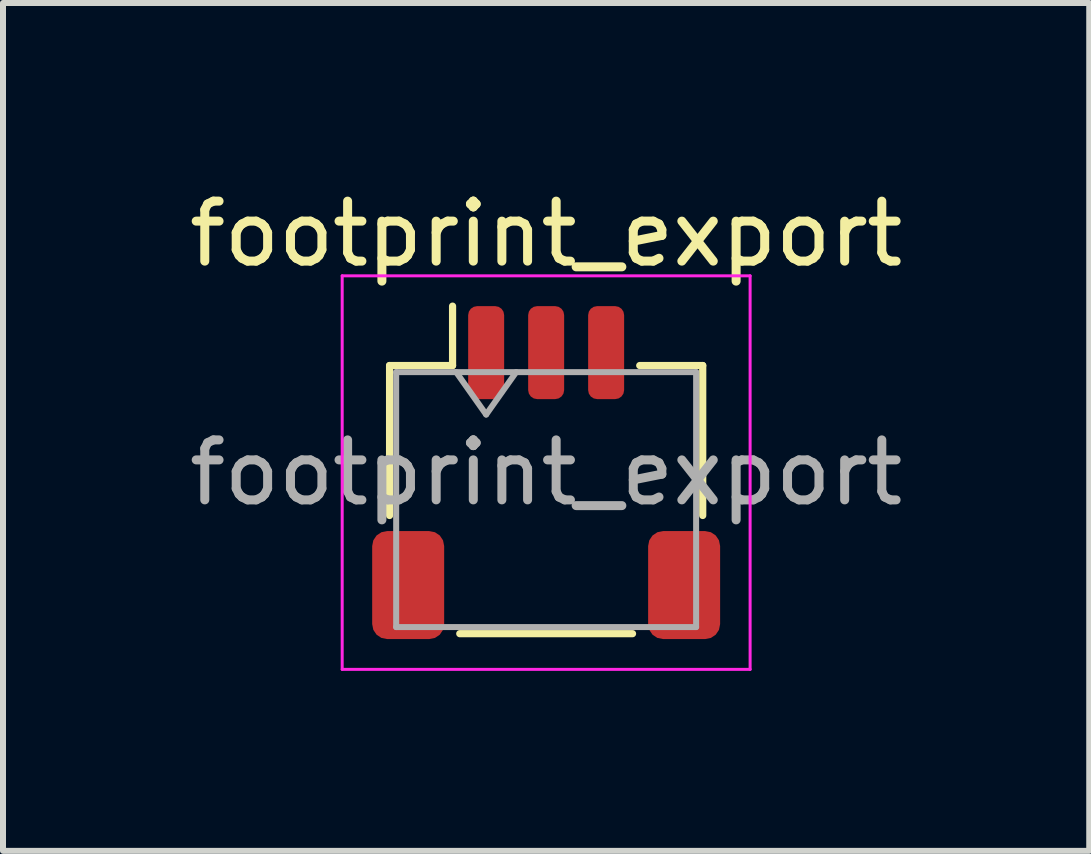
<source format=kicad_pcb>
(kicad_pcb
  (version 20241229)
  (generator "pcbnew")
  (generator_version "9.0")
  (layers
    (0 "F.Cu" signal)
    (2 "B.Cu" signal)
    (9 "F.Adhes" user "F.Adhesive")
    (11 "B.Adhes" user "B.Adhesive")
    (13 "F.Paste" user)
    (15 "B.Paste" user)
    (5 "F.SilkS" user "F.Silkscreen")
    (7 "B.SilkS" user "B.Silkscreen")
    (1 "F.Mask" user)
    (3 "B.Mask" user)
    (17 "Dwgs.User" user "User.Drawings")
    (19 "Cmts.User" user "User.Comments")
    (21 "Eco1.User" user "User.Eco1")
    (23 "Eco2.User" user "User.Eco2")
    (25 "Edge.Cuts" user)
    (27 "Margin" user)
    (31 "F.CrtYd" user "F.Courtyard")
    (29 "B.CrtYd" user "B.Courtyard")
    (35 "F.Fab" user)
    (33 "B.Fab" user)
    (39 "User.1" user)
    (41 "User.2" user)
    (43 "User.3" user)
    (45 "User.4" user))
  (footprint "footprint_export"
    (layer "F.Cu")
    (at 6.054 4.828)
    (property "Reference" "footprint_export" (at 0 -3.98 0) (layer "F.SilkS") (effects (font (size 1 1) (thickness 0.15))))
    (attr smd)
    (fp_line (start -2.61 -1.785) (end -1.56 -1.785) (stroke (width 0.12) (type solid)) (layer "F.SilkS"))
    (fp_line (start -2.61 0.715) (end -2.61 -1.785) (stroke (width 0.12) (type solid)) (layer "F.SilkS"))
    (fp_line (start -1.56 -1.785) (end -1.56 -2.775) (stroke (width 0.12) (type solid)) (layer "F.SilkS"))
    (fp_line (start -1.44 2.685) (end 1.44 2.685) (stroke (width 0.12) (type solid)) (layer "F.SilkS"))
    (fp_line (start 2.61 -1.785) (end 1.56 -1.785) (stroke (width 0.12) (type solid)) (layer "F.SilkS"))
    (fp_line (start 2.61 0.715) (end 2.61 -1.785) (stroke (width 0.12) (type solid)) (layer "F.SilkS"))
    (fp_line (start -3.4 -3.28) (end -3.4 3.28) (stroke (width 0.05) (type solid)) (layer "F.CrtYd"))
    (fp_line (start -3.4 3.28) (end 3.4 3.28) (stroke (width 0.05) (type solid)) (layer "F.CrtYd"))
    (fp_line (start 3.4 -3.28) (end -3.4 -3.28) (stroke (width 0.05) (type solid)) (layer "F.CrtYd"))
    (fp_line (start 3.4 3.28) (end 3.4 -3.28) (stroke (width 0.05) (type solid)) (layer "F.CrtYd"))
    (fp_line (start -2.5 -1.675) (end -2.5 2.575) (stroke (width 0.1) (type solid)) (layer "F.Fab"))
    (fp_line (start -2.5 -1.675) (end 2.5 -1.675) (stroke (width 0.1) (type solid)) (layer "F.Fab"))
    (fp_line (start -2.5 2.575) (end 2.5 2.575) (stroke (width 0.1) (type solid)) (layer "F.Fab"))
    (fp_line (start -1.5 -1.675) (end -1 -0.968) (stroke (width 0.1) (type solid)) (layer "F.Fab"))
    (fp_line (start -1 -0.968) (end -0.5 -1.675) (stroke (width 0.1) (type solid)) (layer "F.Fab"))
    (fp_line (start 2.5 -1.675) (end 2.5 2.575) (stroke (width 0.1) (type solid)) (layer "F.Fab"))
    (fp_text user "${REFERENCE}" (at 0 0 0) (layer "F.Fab") (effects (font (size 1 1) (thickness 0.15))))
    (pad "1" smd roundrect (at -1 -2) (size 0.6 1.55) (layers "F.Cu" "F.Mask" "F.Paste") (roundrect_rratio 0.25))
    (pad "2" smd roundrect (at 0 -2) (size 0.6 1.55) (layers "F.Cu" "F.Mask" "F.Paste") (roundrect_rratio 0.25))
    (pad "3" smd roundrect (at 1 -2) (size 0.6 1.55) (layers "F.Cu" "F.Mask" "F.Paste") (roundrect_rratio 0.25))
    (pad "MP" smd roundrect (at -2.3 1.875) (size 1.2 1.8) (layers "F.Cu" "F.Mask" "F.Paste") (roundrect_rratio 0.208))
    (pad "MP" smd roundrect (at 2.3 1.875) (size 1.2 1.8) (layers "F.Cu" "F.Mask" "F.Paste") (roundrect_rratio 0.208)))
  (gr_rect
    (start -3 -3)
    (end 15.107 11.133)
    (stroke (width 0.1) (type default))
    (fill no)
    (layer "Edge.Cuts")))
</source>
